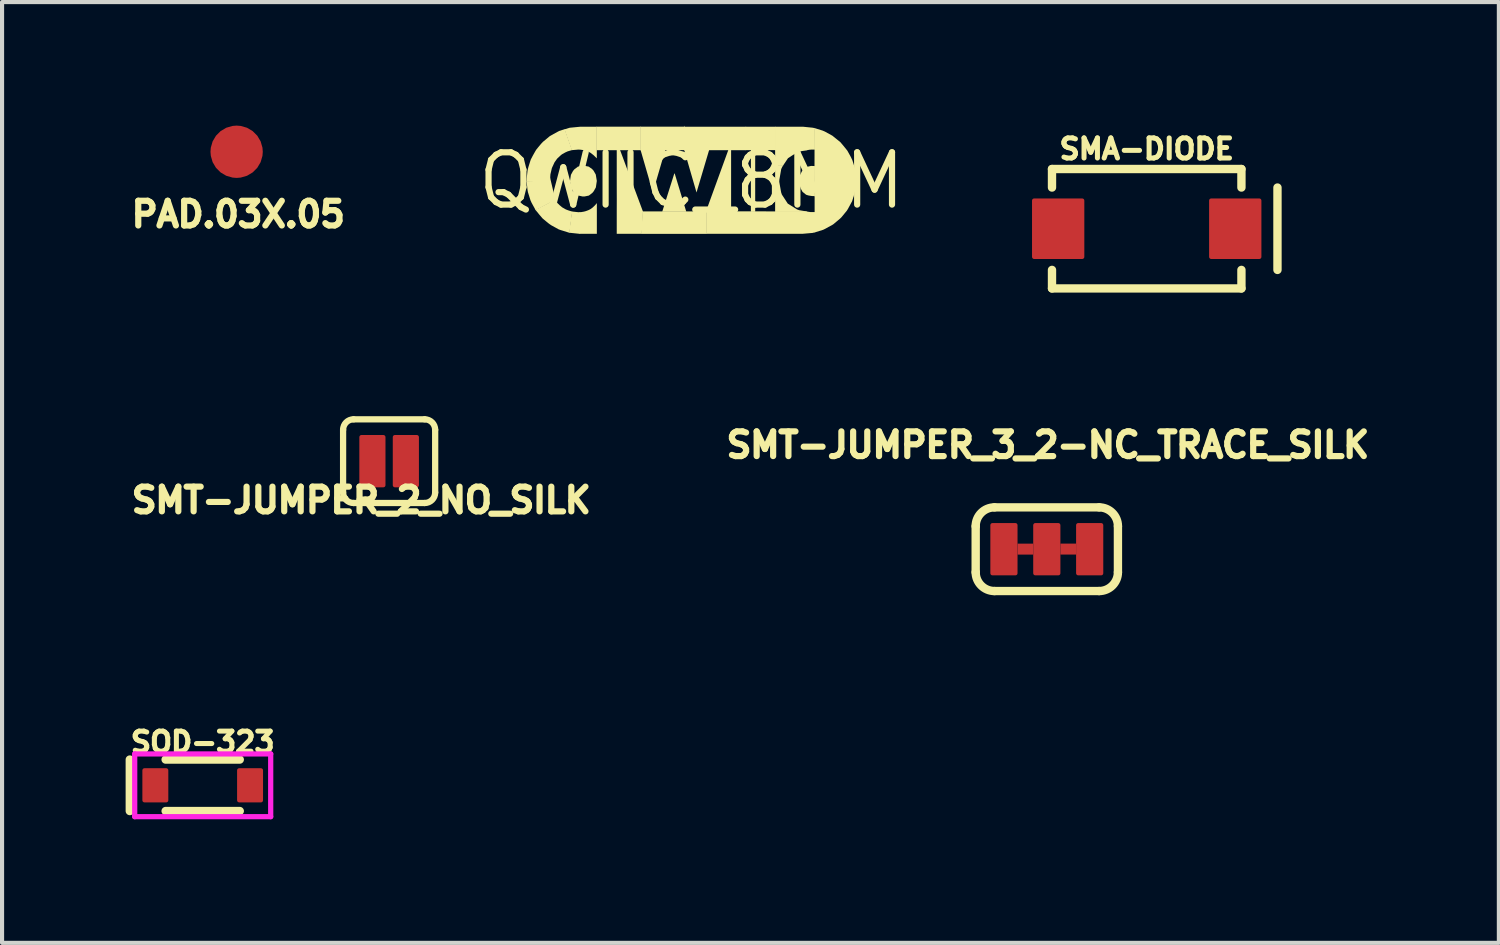
<source format=kicad_pcb>
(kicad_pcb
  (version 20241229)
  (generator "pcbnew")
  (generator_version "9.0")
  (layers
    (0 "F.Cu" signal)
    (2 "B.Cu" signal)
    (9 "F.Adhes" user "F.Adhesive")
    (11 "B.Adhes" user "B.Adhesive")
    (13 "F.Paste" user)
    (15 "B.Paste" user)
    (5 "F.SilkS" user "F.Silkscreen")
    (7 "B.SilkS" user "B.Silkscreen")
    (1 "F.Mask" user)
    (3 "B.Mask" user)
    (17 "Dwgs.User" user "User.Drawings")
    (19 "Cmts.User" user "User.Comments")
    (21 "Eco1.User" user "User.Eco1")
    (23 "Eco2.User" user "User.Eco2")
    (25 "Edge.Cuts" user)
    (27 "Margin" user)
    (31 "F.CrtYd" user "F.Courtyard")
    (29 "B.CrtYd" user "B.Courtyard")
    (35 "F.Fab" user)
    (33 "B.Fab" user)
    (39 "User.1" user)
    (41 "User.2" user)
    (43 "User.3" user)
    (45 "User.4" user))
  (footprint "QWIIC_8MM"
    (layer "F.Cu")
    (at 13.742 1.338)
    (property "Reference" "QWIIC_8MM" (at 0 0 0) (layer "F.SilkS") (effects (font (size 1.27 1.27) (thickness 0.15))))
    (fp_poly (pts (xy 0.121 0.286) (xy -0.179 -0.75) (xy 0.429 -0.75)) (stroke (width 0) (type default)) (fill yes) (layer "F.SilkS"))
    (fp_poly (pts (xy -1.231 -0.741) (xy -2.309 -0.741) (xy -2.309 -1.312) (xy -1.231 -1.312)) (stroke (width 0) (type default)) (fill yes) (layer "F.SilkS"))
    (fp_poly (pts (xy -0.939 0.284) (xy -1.144 -0.424) (xy -1.239 -0.751) (xy -0.637 -0.751)) (stroke (width 0) (type default)) (fill yes) (layer "F.SilkS"))
    (fp_poly (pts (xy -0.407 -0.169) (xy -0.127 0.754) (xy -0.712 0.754) (xy -0.417 -0.179)) (stroke (width 0) (type default)) (fill yes) (layer "F.SilkS"))
    (fp_poly (pts (xy 1.546 0.755) (xy 1.441 0.755) (xy 1.441 -0.752) (xy 1.546 -0.752)) (stroke (width 0) (type default)) (fill yes) (layer "F.SilkS"))
    (fp_poly (pts (xy 2.037 -0.742) (xy 1.315 -0.742) (xy 1.314 -1.311) (xy 2.036 -1.311)) (stroke (width 0) (type default)) (fill yes) (layer "F.SilkS"))
    (fp_poly (pts (xy -0.172 -1.311) (xy 1.325 -1.311) (xy 1.325 -0.741) (xy -0.183 -0.741) (xy -0.183 -1.338)) (stroke (width 0) (type default)) (fill yes) (layer "F.SilkS"))
    (fp_poly (pts (xy 0.371 1.291) (xy -1.218 1.291) (xy -1.19 0.75) (xy -1.186 0.746) (xy 0.371 0.746)) (stroke (width 0) (type default)) (fill yes) (layer "F.SilkS"))
    (fp_poly (pts (xy 0.961 -0.751) (xy 0.961 0.757) (xy 0.347 0.757) (xy 0.894 -0.748) (xy 0.897 -0.752)) (stroke (width 0) (type default)) (fill yes) (layer "F.SilkS"))
    (fp_poly (pts (xy -0.168 -0.742) (xy -1.24 -0.742) (xy -1.24 -1.3) (xy -1.244 -1.3) (xy -1.244 -1.312) (xy -0.173 -1.312)) (stroke (width 0) (type default)) (fill yes) (layer "F.SilkS"))
    (fp_poly (pts (xy -2.746 0.765) (xy -2.705 0.763) (xy -2.705 0.776) (xy -2.706 0.776) (xy -2.706 1.291) (xy -2.973 1.263) (xy -2.905 0.748)) (stroke (width 0) (type default)) (fill yes) (layer "F.SilkS"))
    (fp_poly (pts (xy -1.179 0.75) (xy -1.208 1.29) (xy -1.816 1.29) (xy -1.816 0.74) (xy -1.815 0.467) (xy -1.816 0.111) (xy -1.816 -0.749) (xy -1.737 -0.749)) (stroke (width 0) (type default)) (fill yes) (layer "F.SilkS"))
    (fp_poly (pts (xy 2.996 -0.315) (xy 3.963 -0.316) (xy 3.974 -0.279) (xy 4.002 -0.02) (xy 3.977 0.24) (xy 3.937 0.377) (xy 2.987 0.378) (xy 2.987 -0.32)) (stroke (width 0) (type default)) (fill yes) (layer "F.SilkS"))
    (fp_poly (pts (xy 2.806 -0.741) (xy 2.613 -0.708) (xy 2.562 -0.689) (xy 2.343 -0.547) (xy 2.222 -0.367) (xy 2.03 -0.367) (xy 2.03 -0.747) (xy 2.035 -0.752) (xy 2.805 -0.752)) (stroke (width 0) (type default)) (fill yes) (layer "F.SilkS"))
    (fp_poly (pts (xy 2.942 -1.287) (xy 2.995 -1.276) (xy 2.996 -0.756) (xy 2.92 -0.756) (xy 2.867 -0.752) (xy 2.804 -0.741) (xy 2.027 -0.741) (xy 2.027 -1.311) (xy 2.706 -1.311)) (stroke (width 0) (type default)) (fill yes) (layer "F.SilkS"))
    (fp_poly (pts (xy -3.426 0.164) (xy -3.388 0.313) (xy -3.312 0.469) (xy -3.786 0.715) (xy -3.812 0.666) (xy -3.842 0.612) (xy -3.883 0.537) (xy -3.91 0.478) (xy -3.911 0.475) (xy -3.973 0.277) (xy -3.983 0.221) (xy -4.005 0.011) (xy -3.438 -0.001)) (stroke (width 0) (type default)) (fill yes) (layer "F.SilkS"))
    (fp_poly (pts (xy 2.047 0.745) (xy 2.783 0.745) (xy 2.849 0.756) (xy 2.883 0.761) (xy 2.914 0.762) (xy 3 0.762) (xy 3 1.253) (xy 2.94 1.268) (xy 2.687 1.29) (xy 0.362 1.29) (xy 0.362 0.751) (xy 0.362 0.744) (xy 1.587 0.744)) (stroke (width 0) (type default)) (fill yes) (layer "F.SilkS"))
    (fp_poly (pts (xy 2.997 -1.275) (xy 3.18 -1.218) (xy 3.236 -1.194) (xy 3.42 -1.093) (xy 3.615 -0.935) (xy 3.693 -0.842) (xy 3.782 -0.732) (xy 3.822 -0.661) (xy 3.871 -0.571) (xy 3.907 -0.494) (xy 3.966 -0.306) (xy 2.986 -0.305) (xy 2.987 -0.745) (xy 2.987 -1.285)) (stroke (width 0) (type default)) (fill yes) (layer "F.SilkS"))
    (fp_poly (pts (xy 2.228 -0.377) (xy 2.201 -0.331) (xy 2.178 -0.283) (xy 2.133 -0.025) (xy 2.13 0.026) (xy 2.176 0.284) (xy 2.194 0.337) (xy 2.337 0.556) (xy 2.561 0.697) (xy 2.61 0.715) (xy 2.799 0.747) (xy 2.798 0.758) (xy 2.03 0.758) (xy 2.03 -0.378) (xy 2.037 -0.378)) (stroke (width 0) (type default)) (fill yes) (layer "F.SilkS"))
    (fp_poly (pts (xy 3.9 0.497) (xy 3.827 0.631) (xy 3.799 0.683) (xy 3.77 0.73) (xy 3.727 0.782) (xy 3.639 0.889) (xy 3.604 0.923) (xy 3.566 0.955) (xy 3.436 1.063) (xy 3.244 1.169) (xy 3.196 1.192) (xy 2.989 1.257) (xy 2.989 0.371) (xy 2.993 0.367) (xy 3.94 0.367)) (stroke (width 0) (type default)) (fill yes) (layer "F.SilkS"))
    (fp_poly (pts (xy 2.994 -0.356) (xy 2.997 -0.349) (xy 2.996 0.374) (xy 2.939 0.373) (xy 2.894 0.368) (xy 2.834 0.357) (xy 2.783 0.341) (xy 2.696 0.272) (xy 2.649 0.185) (xy 2.631 0.128) (xy 2.614 0.017) (xy 2.633 -0.135) (xy 2.68 -0.228) (xy 2.716 -0.274) (xy 2.801 -0.336) (xy 2.903 -0.359)) (stroke (width 0) (type default)) (fill yes) (layer "F.SilkS"))
    (fp_poly (pts (xy -2.3 -0.543) (xy -2.348 -0.59) (xy -2.378 -0.619) (xy -2.417 -0.65) (xy -2.449 -0.675) (xy -2.492 -0.698) (xy -2.542 -0.719) (xy -2.586 -0.734) (xy -2.608 -0.739) (xy -2.645 -0.746) (xy -2.698 -0.753) (xy -2.746 -0.756) (xy -2.906 -0.742) (xy -2.912 -0.748) (xy -3.087 -1.247) (xy -2.958 -1.286) (xy -2.7 -1.311) (xy -2.3 -1.311)) (stroke (width 0) (type default)) (fill yes) (layer "F.SilkS"))
    (fp_poly (pts (xy -2.299 1.29) (xy -2.715 1.29) (xy -2.715 0.764) (xy -2.685 0.763) (xy -2.66 0.759) (xy -2.615 0.751) (xy -2.582 0.743) (xy -2.549 0.732) (xy -2.514 0.719) (xy -2.489 0.708) (xy -2.451 0.688) (xy -2.43 0.673) (xy -2.408 0.657) (xy -2.386 0.637) (xy -2.354 0.607) (xy -2.331 0.582) (xy -2.318 0.567) (xy -2.299 0.543)) (stroke (width 0) (type default)) (fill yes) (layer "F.SilkS"))
    (fp_poly (pts (xy -3.257 0.542) (xy -3.205 0.593) (xy -3.141 0.647) (xy -3.104 0.668) (xy -3.053 0.697) (xy -2.996 0.719) (xy -2.938 0.737) (xy -2.902 0.748) (xy -2.897 0.753) (xy -2.964 1.265) (xy -3.14 1.21) (xy -3.174 1.2) (xy -3.227 1.181) (xy -3.408 1.081) (xy -3.451 1.052) (xy -3.484 1.027) (xy -3.575 0.951) (xy -3.618 0.915) (xy -3.694 0.826) (xy -3.764 0.74) (xy -3.792 0.706) (xy -3.315 0.462)) (stroke (width 0) (type default)) (fill yes) (layer "F.SilkS"))
    (fp_poly (pts (xy -2.497 -0.342) (xy -2.413 -0.282) (xy -2.378 -0.243) (xy -2.325 -0.149) (xy -2.3 0.005) (xy -2.323 0.162) (xy -2.375 0.256) (xy -2.409 0.297) (xy -2.493 0.361) (xy -2.594 0.382) (xy -2.651 0.382) (xy -2.755 0.359) (xy -2.837 0.302) (xy -2.875 0.26) (xy -2.926 0.167) (xy -2.952 0.014) (xy -2.929 -0.142) (xy -2.878 -0.236) (xy -2.844 -0.277) (xy -2.762 -0.339) (xy -2.762 -0.342) (xy -2.657 -0.361) (xy -2.602 -0.363)) (stroke (width 0) (type default)) (fill yes) (layer "F.SilkS"))
    (fp_poly (pts (xy -2.901 -0.744) (xy -3.009 -0.712) (xy -3.068 -0.685) (xy -3.148 -0.64) (xy -3.191 -0.604) (xy -3.263 -0.536) (xy -3.327 -0.446) (xy -3.391 -0.307) (xy -3.427 -0.153) (xy -3.437 0.011) (xy -4.005 0.022) (xy -4.005 0.015) (xy -4.003 -0.049) (xy -3.996 -0.115) (xy -3.982 -0.244) (xy -3.964 -0.322) (xy -3.922 -0.457) (xy -3.903 -0.515) (xy -3.85 -0.616) (xy -3.794 -0.715) (xy -3.771 -0.753) (xy -3.719 -0.817) (xy -3.652 -0.897) (xy -3.608 -0.944) (xy -3.522 -1.015) (xy -3.442 -1.082) (xy -3.35 -1.134) (xy -3.217 -1.207) (xy -3.079 -1.251)) (stroke (width 0) (type default)) (fill yes) (layer "F.SilkS")))
  (footprint "SMT-JUMPER_3_2-NC_TRACE_SILK"
    (layer "F.Cu")
    (at 22.369 10.286)
    (property "Reference" "SMT-JUMPER_3_2-NC_TRACE_SILK" (at 0.026 -2.18 0) (layer "F.SilkS") (effects (font (size 0.6 0.6) (thickness 0.15) (bold yes)) (justify bottom)))
    (fp_poly (pts (xy -0.331 0.131) (xy -0.71 0.131) (xy -0.71 -0.135) (xy -0.331 -0.135)) (stroke (width 0) (type default)) (fill yes) (layer "F.Cu"))
    (fp_poly (pts (xy 0.711 0.13) (xy 0.33 0.13) (xy 0.33 -0.136) (xy 0.711 -0.136)) (stroke (width 0) (type default)) (fill yes) (layer "F.Cu"))
    (fp_poly (pts (xy -0.254 0.191) (xy -0.762 0.191) (xy -0.762 -0.191) (xy -0.254 -0.191)) (stroke (width 0) (type default)) (fill yes) (layer "F.Mask"))
    (fp_poly (pts (xy 0.762 0.191) (xy 0.254 0.191) (xy 0.254 -0.191) (xy 0.762 -0.191)) (stroke (width 0) (type default)) (fill yes) (layer "F.Mask"))
    (fp_line (start -1.727 0.559) (end -1.727 -0.559) (stroke (width 0.203) (type solid)) (layer "F.SilkS"))
    (fp_line (start -1.27 -1.016) (end 1.27 -1.016) (stroke (width 0.203) (type solid)) (layer "F.SilkS"))
    (fp_line (start 1.27 1.016) (end -1.27 1.016) (stroke (width 0.203) (type solid)) (layer "F.SilkS"))
    (fp_line (start 1.727 0.559) (end 1.727 -0.559) (stroke (width 0.203) (type solid)) (layer "F.SilkS"))
    (fp_arc (start -1.7272 -0.5588) (mid -1.593289 -0.882089) (end -1.27 -1.016) (stroke (width 0.2032) (type solid)) (layer "F.SilkS"))
    (fp_arc (start -1.27 1.016) (mid -1.593289 0.882089) (end -1.7272 0.5588) (stroke (width 0.2032) (type solid)) (layer "F.SilkS"))
    (fp_arc (start 1.27 -1.016) (mid 1.593289 -0.882089) (end 1.7272 -0.5588) (stroke (width 0.2032) (type solid)) (layer "F.SilkS"))
    (fp_arc (start 1.7272 0.5588) (mid 1.593289 0.882089) (end 1.27 1.016) (stroke (width 0.2032) (type solid)) (layer "F.SilkS"))
    (pad "1" smd roundrect (at -1.041 0) (size 0.66 1.27) (layers "F.Cu" "F.Mask") (roundrect_rratio 0.077))
    (pad "2" smd roundrect (at 0 0) (size 0.66 1.27) (layers "F.Cu" "F.Mask") (roundrect_rratio 0.077))
    (pad "3" smd roundrect (at 1.041 0) (size 0.66 1.27) (layers "F.Cu" "F.Mask") (roundrect_rratio 0.077)))
  (footprint "SOD-323"
    (layer "F.Cu")
    (at 1.872 16.019)
    (property "Reference" "SOD-323" (at 0 -0.762 0) (layer "F.SilkS") (effects (font (size 0.488 0.488) (thickness 0.122)) (justify bottom)))
    (fp_line (start -1.77 -0.625) (end -1.77 0.625) (stroke (width 0.203) (type solid)) (layer "F.SilkS"))
    (fp_line (start -0.9 -0.625) (end 0.9 -0.625) (stroke (width 0.203) (type solid)) (layer "F.SilkS"))
    (fp_line (start -0.9 0.625) (end 0.9 0.625) (stroke (width 0.203) (type solid)) (layer "F.SilkS"))
    (fp_line (start -1.651 -0.762) (end 1.651 -0.762) (stroke (width 0.127) (type solid)) (layer "F.CrtYd"))
    (fp_line (start -1.651 0.762) (end -1.651 -0.762) (stroke (width 0.127) (type solid)) (layer "F.CrtYd"))
    (fp_line (start 1.651 -0.762) (end 1.651 0.762) (stroke (width 0.127) (type solid)) (layer "F.CrtYd"))
    (fp_line (start 1.651 0.762) (end -1.651 0.762) (stroke (width 0.127) (type solid)) (layer "F.CrtYd"))
    (pad "A" smd roundrect (at 1.15 0) (size 0.63 0.83) (layers "F.Cu" "F.Mask" "F.Paste") (roundrect_rratio 0.081))
    (pad "C" smd roundrect (at -1.15 0) (size 0.63 0.83) (layers "F.Cu" "F.Mask" "F.Paste") (roundrect_rratio 0.081)))
  (footprint "PAD.03X.05"
    (layer "F.Cu")
    (at 2.696 0.635)
    (property "Reference" "PAD.03X.05" (at 0.04 1.52 0) (layer "F.SilkS") (effects (font (size 0.6 0.6) (thickness 0.15))))
    (pad "1" smd roundrect (at 0 0) (size 1.27 1.27) (layers "F.Cu" "F.Mask") (roundrect_rratio 0.5)))
  (footprint "SMA-DIODE"
    (layer "F.Cu")
    (at 24.795 2.504)
    (property "Reference" "SMA-DIODE" (at 0 -1.651 0) (layer "F.SilkS") (effects (font (size 0.488 0.488) (thickness 0.122)) (justify bottom)))
    (fp_line (start -2.3 -1.45) (end 2.3 -1.45) (stroke (width 0.203) (type solid)) (layer "F.SilkS"))
    (fp_line (start -2.3 -1) (end -2.3 -1.45) (stroke (width 0.203) (type solid)) (layer "F.SilkS"))
    (fp_line (start -2.3 1.45) (end -2.3 1) (stroke (width 0.203) (type solid)) (layer "F.SilkS"))
    (fp_line (start 2.3 -1.45) (end 2.3 -1) (stroke (width 0.203) (type solid)) (layer "F.SilkS"))
    (fp_line (start 2.3 1) (end 2.3 1.45) (stroke (width 0.203) (type solid)) (layer "F.SilkS"))
    (fp_line (start 2.3 1.45) (end -2.3 1.45) (stroke (width 0.203) (type solid)) (layer "F.SilkS"))
    (fp_line (start 3.175 -1) (end 3.175 1) (stroke (width 0.203) (type solid)) (layer "F.SilkS"))
    (pad "A" smd roundrect (at -2.15 0 180) (size 1.27 1.47) (layers "F.Cu" "F.Mask" "F.Paste") (roundrect_rratio 0.04))
    (pad "C" smd roundrect (at 2.15 0) (size 1.27 1.47) (layers "F.Cu" "F.Mask" "F.Paste") (roundrect_rratio 0.04)))
  (footprint "SMT-JUMPER_2_NO_SILK"
    (layer "F.Cu")
    (at 6.399 8.148)
    (property "Reference" "SMT-JUMPER_2_NO_SILK" (at -0.676 1.3 0) (layer "F.SilkS") (effects (font (size 0.6 0.6) (thickness 0.15) (bold yes)) (justify bottom)))
    (fp_line (start -1.118 0.762) (end -1.118 -0.762) (stroke (width 0.152) (type solid)) (layer "F.SilkS"))
    (fp_line (start -0.864 -1.016) (end 0.864 -1.016) (stroke (width 0.152) (type solid)) (layer "F.SilkS"))
    (fp_line (start 0.864 1.016) (end -0.864 1.016) (stroke (width 0.152) (type solid)) (layer "F.SilkS"))
    (fp_line (start 1.118 0.762) (end 1.118 -0.762) (stroke (width 0.152) (type solid)) (layer "F.SilkS"))
    (fp_arc (start -1.1176 -0.762) (mid -1.043205 -0.941605) (end -0.8636 -1.016) (stroke (width 0.1524) (type solid)) (layer "F.SilkS"))
    (fp_arc (start -0.8636 1.016) (mid -1.043205 0.941605) (end -1.1176 0.762) (stroke (width 0.1524) (type solid)) (layer "F.SilkS"))
    (fp_arc (start 0.8636 -1.016) (mid 1.043205 -0.941605) (end 1.1176 -0.762) (stroke (width 0.1524) (type solid)) (layer "F.SilkS"))
    (fp_arc (start 1.1176 0.762) (mid 1.043205 0.941605) (end 0.8636 1.016) (stroke (width 0.1524) (type solid)) (layer "F.SilkS"))
    (pad "1" smd roundrect (at -0.406 0) (size 0.635 1.27) (layers "F.Cu" "F.Mask") (roundrect_rratio 0.08))
    (pad "2" smd roundrect (at 0.406 0) (size 0.635 1.27) (layers "F.Cu" "F.Mask") (roundrect_rratio 0.08)))
  (gr_rect
    (start -3 -3)
    (end 33.346 19.845)
    (stroke (width 0.1) (type default))
    (fill no)
    (layer "Edge.Cuts")))
</source>
